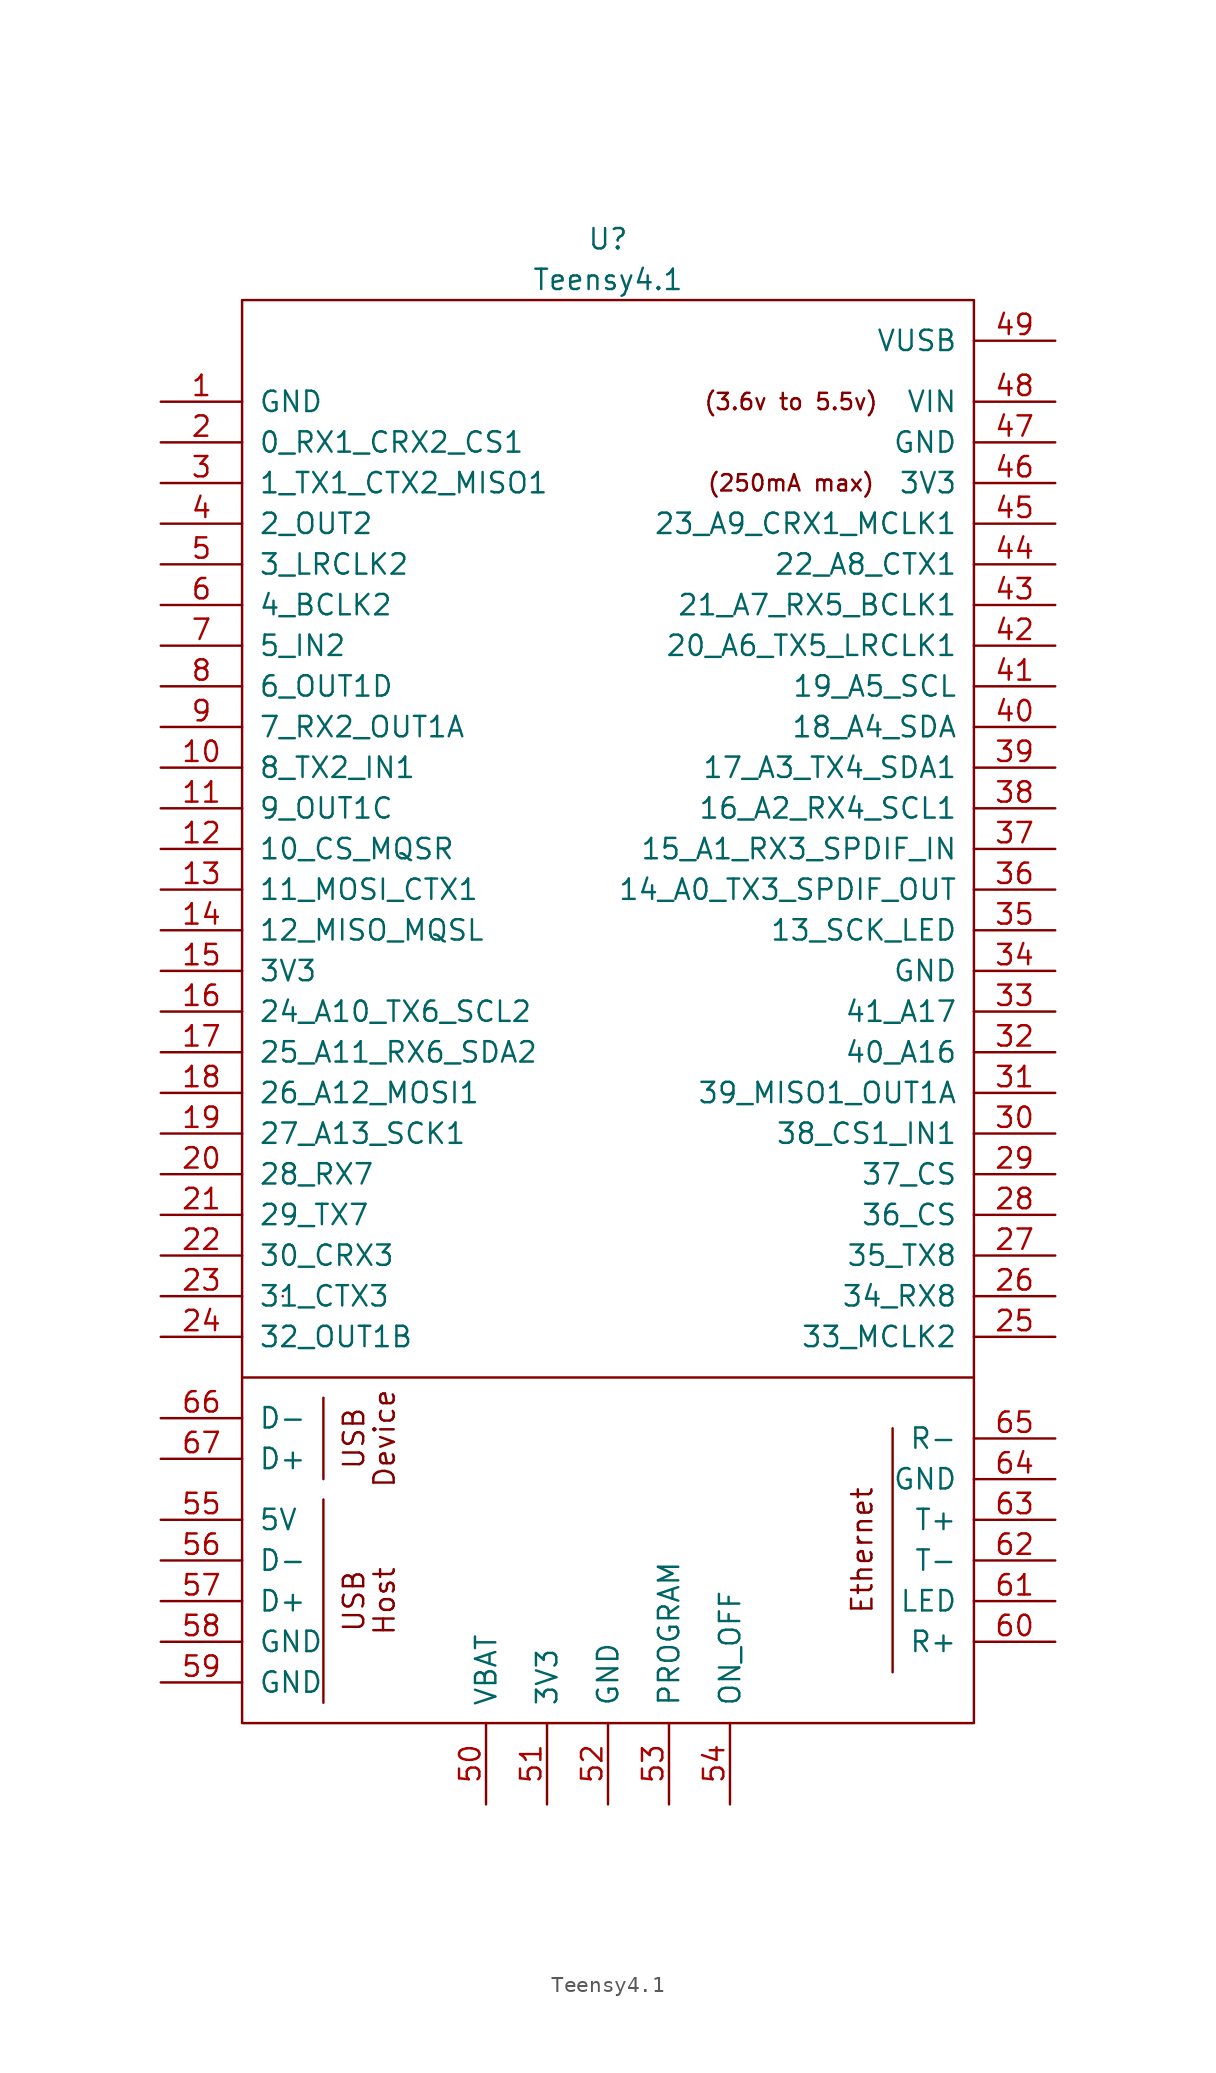
<source format=kicad_sym>
(kicad_symbol_lib
  (version 20241209)
  (generator "kicad_symbol_editor")
  (generator_version "9.0")
  (symbol "Teensy4.1"
    (pin_names
      (offset 1.016))
    (property "Reference" "U"
      (at 0 64.77 0)
      (effects (font (size 1.27 1.27))))
    (property "Value" "Teensy4.1"
      (at 0 62.23 0)
      (effects (font (size 1.27 1.27))))
    (symbol "Teensy4.1_0_0"
      (polyline (pts (xy -22.86 -6.35) (xy 22.86 -6.35)) (stroke (width 0) (type solid)) (fill (type none)))
      (polyline (pts (xy -17.78 -7.62) (xy -17.78 -12.7)) (stroke (width 0) (type solid)) (fill (type none)))
      (polyline (pts (xy -17.78 -26.67) (xy -17.78 -13.97)) (stroke (width 0) (type solid)) (fill (type none)))
      (polyline (pts (xy 17.78 -9.525) (xy 17.78 -24.765)) (stroke (width 0) (type solid)) (fill (type none)))
      (text "USB" (at -15.875 -10.16 900) (effects (font (size 1.27 1.27))))
      (text "USB" (at -15.875 -20.32 900) (effects (font (size 1.27 1.27))))
      (text "Device" (at -13.97 -10.16 900) (effects (font (size 1.27 1.27))))
      (text "Host" (at -13.97 -20.32 900) (effects (font (size 1.27 1.27))))
      (text "(3.6v to 5.5v)" (at 11.43 54.61 0) (effects (font (size 1.016 1.016))))
      (text "(250mA max)" (at 11.43 49.53 0) (effects (font (size 1.016 1.016))))
      (text "Ethernet" (at 15.875 -17.145 900) (effects (font (size 1.27 1.27))))
      (pin bidirectional line (at -27.94 44.45 0) (length 5.08) (name "3_LRCLK2" (effects (font (size 1.27 1.27)))) (number "5" (effects (font (size 1.27 1.27)))))
      (pin bidirectional line (at -27.94 41.91 0) (length 5.08) (name "4_BCLK2" (effects (font (size 1.27 1.27)))) (number "6" (effects (font (size 1.27 1.27)))))
      (pin bidirectional line (at -27.94 39.37 0) (length 5.08) (name "5_IN2" (effects (font (size 1.27 1.27)))) (number "7" (effects (font (size 1.27 1.27)))))
      (pin bidirectional line (at -27.94 36.83 0) (length 5.08) (name "6_OUT1D" (effects (font (size 1.27 1.27)))) (number "8" (effects (font (size 1.27 1.27)))))
      (pin bidirectional line (at -27.94 34.29 0) (length 5.08) (name "7_RX2_OUT1A" (effects (font (size 1.27 1.27)))) (number "9" (effects (font (size 1.27 1.27)))))
      (pin bidirectional line (at -27.94 31.75 0) (length 5.08) (name "8_TX2_IN1" (effects (font (size 1.27 1.27)))) (number "10" (effects (font (size 1.27 1.27)))))
      (pin bidirectional line (at -27.94 29.21 0) (length 5.08) (name "9_OUT1C" (effects (font (size 1.27 1.27)))) (number "11" (effects (font (size 1.27 1.27)))))
      (pin bidirectional line (at -27.94 26.67 0) (length 5.08) (name "10_CS_MQSR" (effects (font (size 1.27 1.27)))) (number "12" (effects (font (size 1.27 1.27)))))
      (pin bidirectional line (at -27.94 24.13 0) (length 5.08) (name "11_MOSI_CTX1" (effects (font (size 1.27 1.27)))) (number "13" (effects (font (size 1.27 1.27)))))
      (pin bidirectional line (at -27.94 21.59 0) (length 5.08) (name "12_MISO_MQSL" (effects (font (size 1.27 1.27)))) (number "14" (effects (font (size 1.27 1.27)))))
      (pin power_in line (at -27.94 19.05 0) (length 5.08) (name "3V3" (effects (font (size 1.27 1.27)))) (number "15" (effects (font (size 1.27 1.27)))))
      (pin bidirectional line (at -27.94 16.51 0) (length 5.08) (name "24_A10_TX6_SCL2" (effects (font (size 1.27 1.27)))) (number "16" (effects (font (size 1.27 1.27)))))
      (pin bidirectional line (at -27.94 13.97 0) (length 5.08) (name "25_A11_RX6_SDA2" (effects (font (size 1.27 1.27)))) (number "17" (effects (font (size 1.27 1.27)))))
      (pin bidirectional line (at -27.94 11.43 0) (length 5.08) (name "26_A12_MOSI1" (effects (font (size 1.27 1.27)))) (number "18" (effects (font (size 1.27 1.27)))))
      (pin bidirectional line (at -27.94 8.89 0) (length 5.08) (name "27_A13_SCK1" (effects (font (size 1.27 1.27)))) (number "19" (effects (font (size 1.27 1.27)))))
      (pin bidirectional line (at -27.94 6.35 0) (length 5.08) (name "28_RX7" (effects (font (size 1.27 1.27)))) (number "20" (effects (font (size 1.27 1.27)))))
      (pin bidirectional line (at -27.94 3.81 0) (length 5.08) (name "29_TX7" (effects (font (size 1.27 1.27)))) (number "21" (effects (font (size 1.27 1.27)))))
      (pin bidirectional line (at -27.94 1.27 0) (length 5.08) (name "30_CRX3" (effects (font (size 1.27 1.27)))) (number "22" (effects (font (size 1.27 1.27)))))
      (pin bidirectional line (at -27.94 -1.27 0) (length 5.08) (name "31_CTX3" (effects (font (size 1.27 1.27)))) (number "23" (effects (font (size 1.27 1.27)))))
      (pin bidirectional line (at -27.94 -3.81 0) (length 5.08) (name "32_OUT1B" (effects (font (size 1.27 1.27)))) (number "24" (effects (font (size 1.27 1.27)))))
      (pin bidirectional line (at -27.94 -8.89 0) (length 5.08) (name "D-" (effects (font (size 1.27 1.27)))) (number "66" (effects (font (size 1.27 1.27)))))
      (pin bidirectional line (at -27.94 -11.43 0) (length 5.08) (name "D+" (effects (font (size 1.27 1.27)))) (number "67" (effects (font (size 1.27 1.27)))))
      (pin power_out line (at -27.94 -15.24 0) (length 5.08) (name "5V" (effects (font (size 1.27 1.27)))) (number "55" (effects (font (size 1.27 1.27)))))
      (pin bidirectional line (at -27.94 -17.78 0) (length 5.08) (name "D-" (effects (font (size 1.27 1.27)))) (number "56" (effects (font (size 1.27 1.27)))))
      (pin bidirectional line (at -27.94 -20.32 0) (length 5.08) (name "D+" (effects (font (size 1.27 1.27)))) (number "57" (effects (font (size 1.27 1.27)))))
      (pin power_in line (at -27.94 -22.86 0) (length 5.08) (name "GND" (effects (font (size 1.27 1.27)))) (number "58" (effects (font (size 1.27 1.27)))))
      (pin power_in line (at -27.94 -25.4 0) (length 5.08) (name "GND" (effects (font (size 1.27 1.27)))) (number "59" (effects (font (size 1.27 1.27)))))
      (pin power_in line (at -7.62 -33.02 90) (length 5.08) (name "VBAT" (effects (font (size 1.27 1.27)))) (number "50" (effects (font (size 1.27 1.27)))))
      (pin power_in line (at -3.81 -33.02 90) (length 5.08) (name "3V3" (effects (font (size 1.27 1.27)))) (number "51" (effects (font (size 1.27 1.27)))))
      (pin input line (at 0 -33.02 90) (length 5.08) (name "GND" (effects (font (size 1.27 1.27)))) (number "52" (effects (font (size 1.27 1.27)))))
      (pin input line (at 3.81 -33.02 90) (length 5.08) (name "PROGRAM" (effects (font (size 1.27 1.27)))) (number "53" (effects (font (size 1.27 1.27)))))
      (pin input line (at 7.62 -33.02 90) (length 5.08) (name "ON_OFF" (effects (font (size 1.27 1.27)))) (number "54" (effects (font (size 1.27 1.27)))))
      (pin power_out line (at 27.94 58.42 180) (length 5.08) (name "VUSB" (effects (font (size 1.27 1.27)))) (number "49" (effects (font (size 1.27 1.27)))))
      (pin power_in line (at 27.94 54.61 180) (length 5.08) (name "VIN" (effects (font (size 1.27 1.27)))) (number "48" (effects (font (size 1.27 1.27)))))
      (pin output line (at 27.94 52.07 180) (length 5.08) (name "GND" (effects (font (size 1.27 1.27)))) (number "47" (effects (font (size 1.27 1.27)))))
      (pin output line (at 27.94 49.53 180) (length 5.08) (name "3V3" (effects (font (size 1.27 1.27)))) (number "46" (effects (font (size 1.27 1.27)))))
      (pin bidirectional line (at 27.94 46.99 180) (length 5.08) (name "23_A9_CRX1_MCLK1" (effects (font (size 1.27 1.27)))) (number "45" (effects (font (size 1.27 1.27)))))
      (pin bidirectional line (at 27.94 44.45 180) (length 5.08) (name "22_A8_CTX1" (effects (font (size 1.27 1.27)))) (number "44" (effects (font (size 1.27 1.27)))))
      (pin bidirectional line (at 27.94 41.91 180) (length 5.08) (name "21_A7_RX5_BCLK1" (effects (font (size 1.27 1.27)))) (number "43" (effects (font (size 1.27 1.27)))))
      (pin bidirectional line (at 27.94 39.37 180) (length 5.08) (name "20_A6_TX5_LRCLK1" (effects (font (size 1.27 1.27)))) (number "42" (effects (font (size 1.27 1.27)))))
      (pin bidirectional line (at 27.94 36.83 180) (length 5.08) (name "19_A5_SCL" (effects (font (size 1.27 1.27)))) (number "41" (effects (font (size 1.27 1.27)))))
      (pin bidirectional line (at 27.94 34.29 180) (length 5.08) (name "18_A4_SDA" (effects (font (size 1.27 1.27)))) (number "40" (effects (font (size 1.27 1.27)))))
      (pin bidirectional line (at 27.94 31.75 180) (length 5.08) (name "17_A3_TX4_SDA1" (effects (font (size 1.27 1.27)))) (number "39" (effects (font (size 1.27 1.27)))))
      (pin bidirectional line (at 27.94 29.21 180) (length 5.08) (name "16_A2_RX4_SCL1" (effects (font (size 1.27 1.27)))) (number "38" (effects (font (size 1.27 1.27)))))
      (pin bidirectional line (at 27.94 26.67 180) (length 5.08) (name "15_A1_RX3_SPDIF_IN" (effects (font (size 1.27 1.27)))) (number "37" (effects (font (size 1.27 1.27)))))
      (pin bidirectional line (at 27.94 24.13 180) (length 5.08) (name "14_A0_TX3_SPDIF_OUT" (effects (font (size 1.27 1.27)))) (number "36" (effects (font (size 1.27 1.27)))))
      (pin bidirectional line (at 27.94 21.59 180) (length 5.08) (name "13_SCK_LED" (effects (font (size 1.27 1.27)))) (number "35" (effects (font (size 1.27 1.27)))))
      (pin bidirectional line (at 27.94 16.51 180) (length 5.08) (name "41_A17" (effects (font (size 1.27 1.27)))) (number "33" (effects (font (size 1.27 1.27)))))
      (pin bidirectional line (at 27.94 13.97 180) (length 5.08) (name "40_A16" (effects (font (size 1.27 1.27)))) (number "32" (effects (font (size 1.27 1.27)))))
      (pin bidirectional line (at 27.94 11.43 180) (length 5.08) (name "39_MISO1_OUT1A" (effects (font (size 1.27 1.27)))) (number "31" (effects (font (size 1.27 1.27)))))
      (pin bidirectional line (at 27.94 8.89 180) (length 5.08) (name "38_CS1_IN1" (effects (font (size 1.27 1.27)))) (number "30" (effects (font (size 1.27 1.27)))))
      (pin bidirectional line (at 27.94 6.35 180) (length 5.08) (name "37_CS" (effects (font (size 1.27 1.27)))) (number "29" (effects (font (size 1.27 1.27)))))
      (pin bidirectional line (at 27.94 3.81 180) (length 5.08) (name "36_CS" (effects (font (size 1.27 1.27)))) (number "28" (effects (font (size 1.27 1.27)))))
      (pin bidirectional line (at 27.94 1.27 180) (length 5.08) (name "35_TX8" (effects (font (size 1.27 1.27)))) (number "27" (effects (font (size 1.27 1.27)))))
      (pin bidirectional line (at 27.94 -1.27 180) (length 5.08) (name "34_RX8" (effects (font (size 1.27 1.27)))) (number "26" (effects (font (size 1.27 1.27)))))
      (pin bidirectional line (at 27.94 -3.81 180) (length 5.08) (name "33_MCLK2" (effects (font (size 1.27 1.27)))) (number "25" (effects (font (size 1.27 1.27)))))
      (pin bidirectional line (at 27.94 -10.16 180) (length 5.08) (name "R-" (effects (font (size 1.27 1.27)))) (number "65" (effects (font (size 1.27 1.27)))))
      (pin power_in line (at 27.94 -12.7 180) (length 5.08) (name "GND" (effects (font (size 1.27 1.27)))) (number "64" (effects (font (size 1.27 1.27)))))
      (pin bidirectional line (at 27.94 -15.24 180) (length 5.08) (name "T+" (effects (font (size 1.27 1.27)))) (number "63" (effects (font (size 1.27 1.27)))))
      (pin bidirectional line (at 27.94 -17.78 180) (length 5.08) (name "T-" (effects (font (size 1.27 1.27)))) (number "62" (effects (font (size 1.27 1.27)))))
      (pin bidirectional line (at 27.94 -20.32 180) (length 5.08) (name "LED" (effects (font (size 1.27 1.27)))) (number "61" (effects (font (size 1.27 1.27)))))
      (pin bidirectional line (at 27.94 -22.86 180) (length 5.08) (name "R+" (effects (font (size 1.27 1.27)))) (number "60" (effects (font (size 1.27 1.27))))))
    (symbol "Teensy4.1_0_1"
      (rectangle (start -22.86 60.96) (end 22.86 -27.94) (stroke (width 0) (type solid)) (fill (type none)))
      (rectangle (start -20.32 -1.27) (end -20.32 -1.27) (stroke (width 0) (type solid)) (fill (type none))))
    (symbol "Teensy4.1_1_1"
      (pin power_in line (at -27.94 54.61 0) (length 5.08) (name "GND" (effects (font (size 1.27 1.27)))) (number "1" (effects (font (size 1.27 1.27)))))
      (pin bidirectional line (at -27.94 52.07 0) (length 5.08) (name "0_RX1_CRX2_CS1" (effects (font (size 1.27 1.27)))) (number "2" (effects (font (size 1.27 1.27)))))
      (pin bidirectional line (at -27.94 49.53 0) (length 5.08) (name "1_TX1_CTX2_MISO1" (effects (font (size 1.27 1.27)))) (number "3" (effects (font (size 1.27 1.27)))))
      (pin bidirectional line (at -27.94 46.99 0) (length 5.08) (name "2_OUT2" (effects (font (size 1.27 1.27)))) (number "4" (effects (font (size 1.27 1.27)))))
      (pin power_in line (at 27.94 19.05 180) (length 5.08) (name "GND" (effects (font (size 1.27 1.27)))) (number "34" (effects (font (size 1.27 1.27))))))))
</source>
